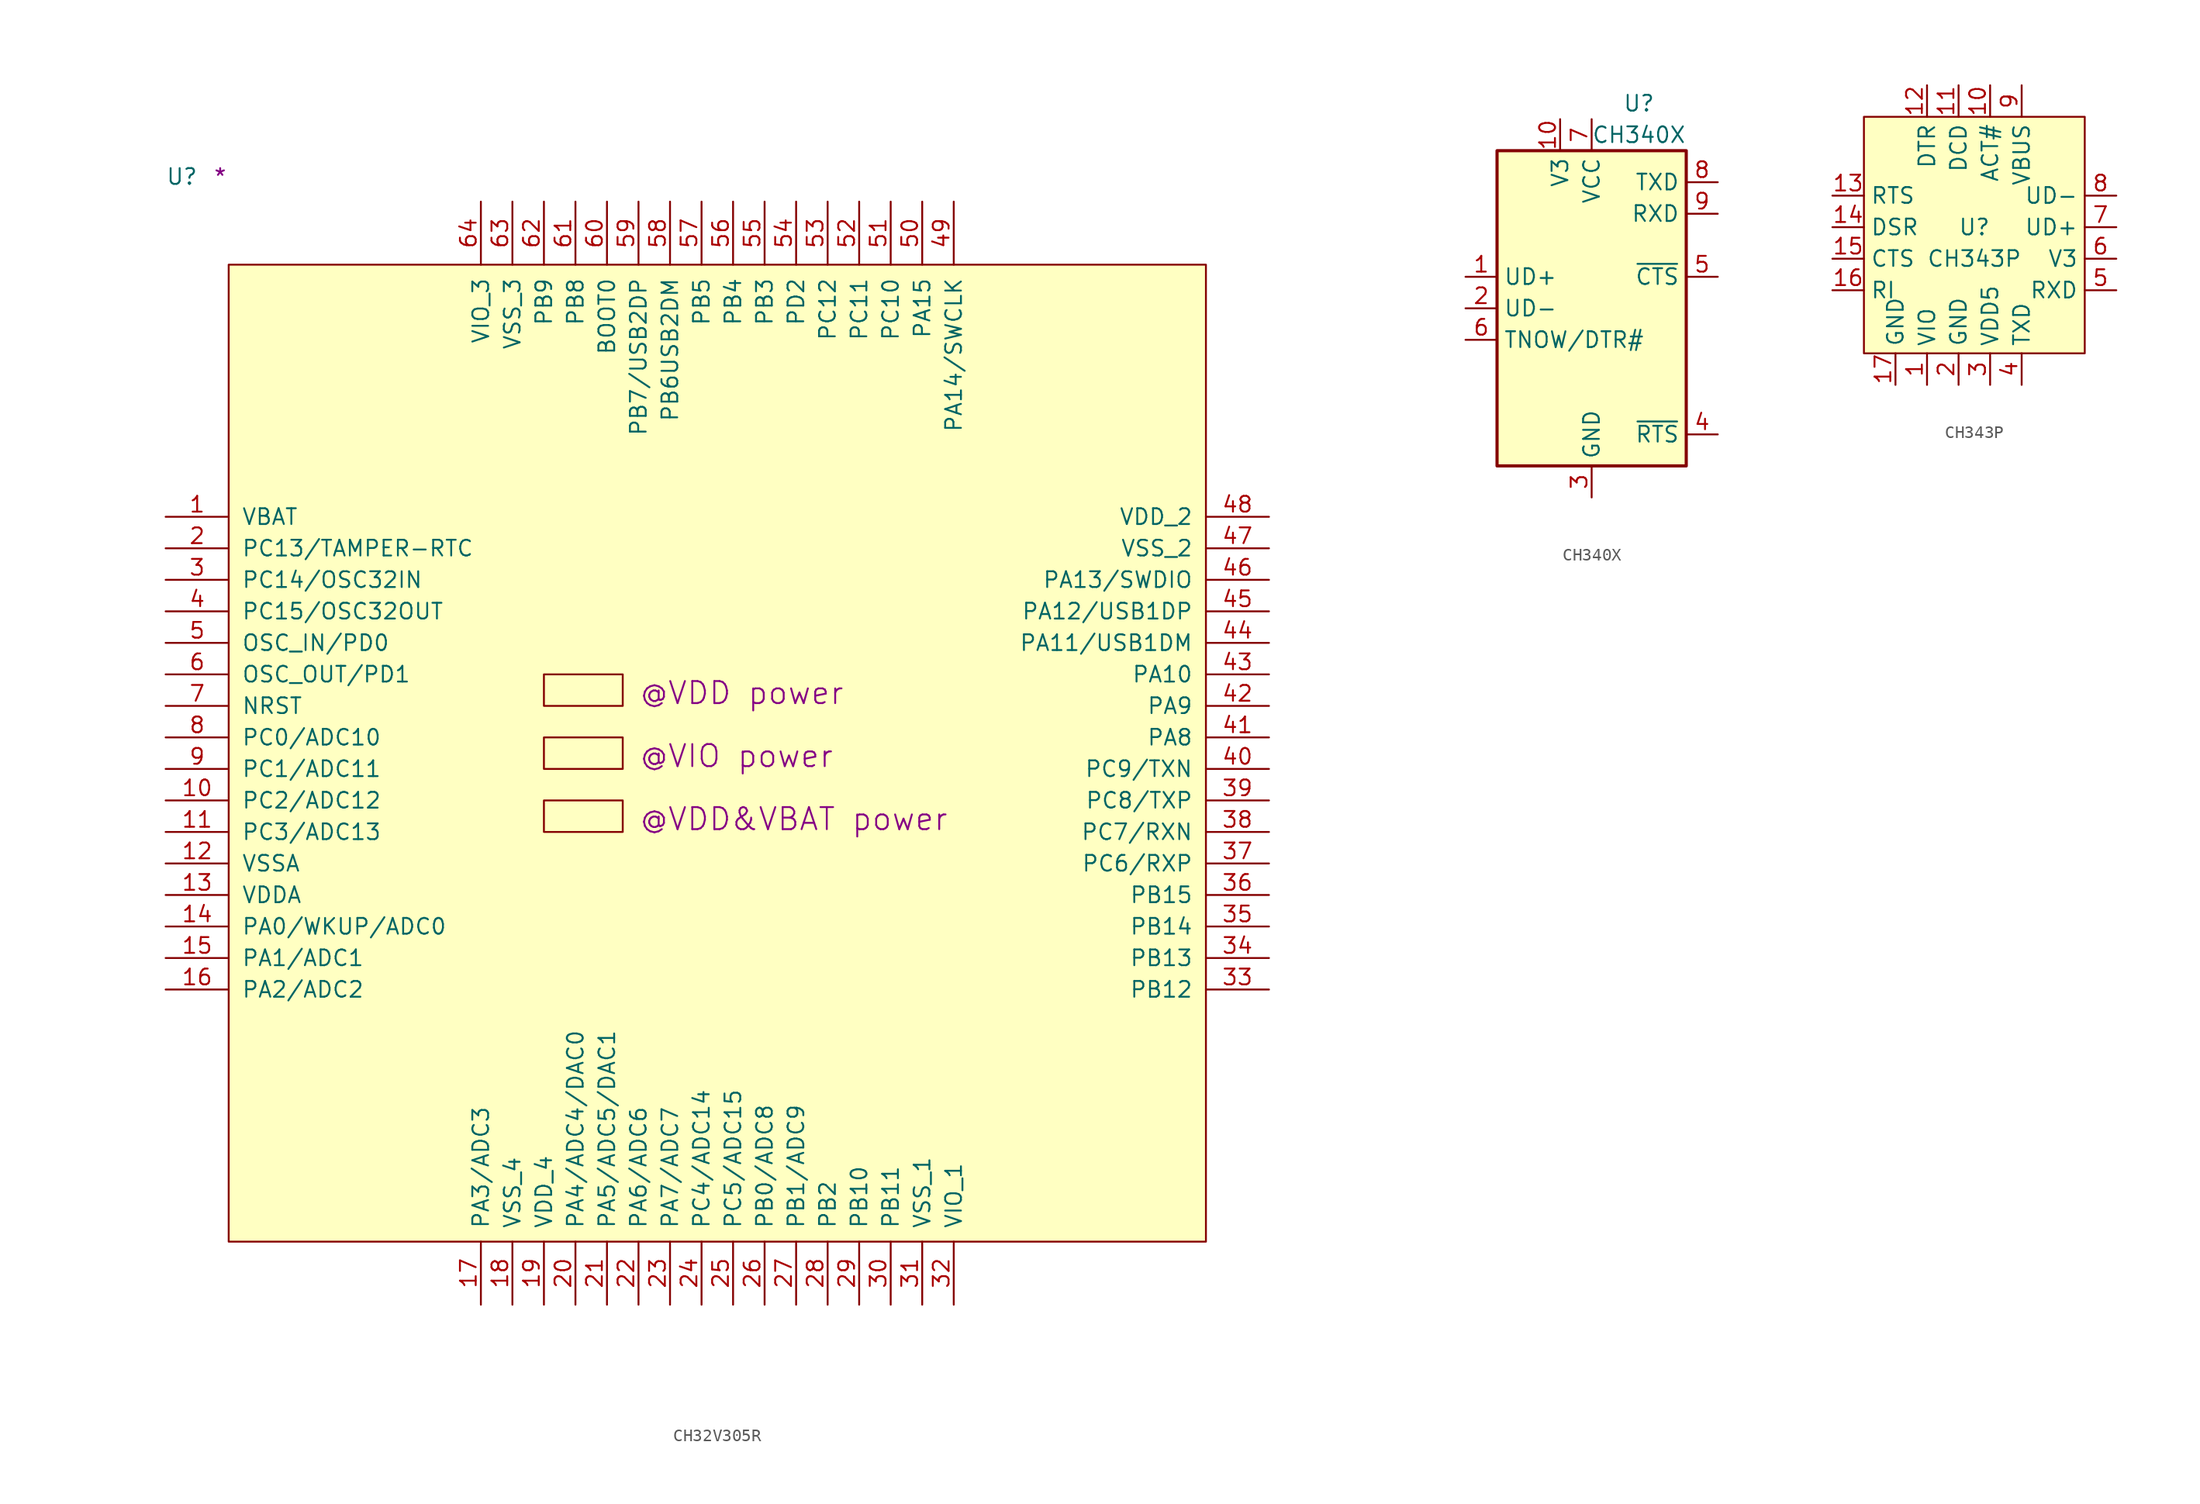
<source format=kicad_sym>
(kicad_symbol_lib
  (version 20211014)
  (generator kicad_symbol_editor)
  (symbol "CH32V305R"
    (pin_names
      (offset 1.016))
    (property "Reference" "U"
      (at -5.08 6.35 0)
      (effects (font (size 1.27 1.27)) (justify left bottom)))
    (property "user" "@VDD power"
      (at 33.02 -35.56 0)
      (effects (font (size 1.778 1.778)) (justify left bottom)))
    (property "user_1" "@VIO power"
      (at 33.02 -40.64 0)
      (effects (font (size 1.778 1.778)) (justify left bottom)))
    (property "user_2" "@VDD&VBAT power"
      (at 33.02 -45.72 0)
      (effects (font (size 1.778 1.778)) (justify left bottom)))
    (property "Comment" "*"
      (at -1.27 6.35 0)
      (effects (font (size 1.27 1.27)) (justify left bottom)))
    (symbol "CH32V305R_1_1"
      (rectangle (start 0 -78.74) (end 78.74 0) (stroke (width 0) (type default) (color 0 0 0 0)) (fill (type background)))
      (rectangle (start 25.4 -45.72) (end 31.75 -43.18) (stroke (width 0) (type default) (color 0 0 0 0)) (fill (type background)))
      (rectangle (start 25.4 -40.64) (end 31.75 -38.1) (stroke (width 0) (type default) (color 0 0 0 0)) (fill (type background)))
      (rectangle (start 25.4 -35.56) (end 31.75 -33.02) (stroke (width 0) (type default) (color 0 0 0 0)) (fill (type background)))
      (pin power_in line (at -5.08 -20.32 0) (length 5.08) (name "VBAT" (effects (font (size 1.27 1.27)))) (number "1" (effects (font (size 1.27 1.27)))))
      (pin bidirectional line (at -5.08 -43.18 0) (length 5.08) (name "PC2/ADC12" (effects (font (size 1.27 1.27)))) (number "10" (effects (font (size 1.27 1.27)))))
      (pin bidirectional line (at -5.08 -45.72 0) (length 5.08) (name "PC3/ADC13" (effects (font (size 1.27 1.27)))) (number "11" (effects (font (size 1.27 1.27)))))
      (pin power_in line (at -5.08 -48.26 0) (length 5.08) (name "VSSA" (effects (font (size 1.27 1.27)))) (number "12" (effects (font (size 1.27 1.27)))))
      (pin power_in line (at -5.08 -50.8 0) (length 5.08) (name "VDDA" (effects (font (size 1.27 1.27)))) (number "13" (effects (font (size 1.27 1.27)))))
      (pin bidirectional line (at -5.08 -53.34 0) (length 5.08) (name "PA0/WKUP/ADC0" (effects (font (size 1.27 1.27)))) (number "14" (effects (font (size 1.27 1.27)))))
      (pin bidirectional line (at -5.08 -55.88 0) (length 5.08) (name "PA1/ADC1" (effects (font (size 1.27 1.27)))) (number "15" (effects (font (size 1.27 1.27)))))
      (pin bidirectional line (at -5.08 -58.42 0) (length 5.08) (name "PA2/ADC2" (effects (font (size 1.27 1.27)))) (number "16" (effects (font (size 1.27 1.27)))))
      (pin bidirectional line (at 20.32 -83.82 90) (length 5.08) (name "PA3/ADC3" (effects (font (size 1.27 1.27)))) (number "17" (effects (font (size 1.27 1.27)))))
      (pin power_in line (at 22.86 -83.82 90) (length 5.08) (name "VSS_4" (effects (font (size 1.27 1.27)))) (number "18" (effects (font (size 1.27 1.27)))))
      (pin power_in line (at 25.4 -83.82 90) (length 5.08) (name "VDD_4" (effects (font (size 1.27 1.27)))) (number "19" (effects (font (size 1.27 1.27)))))
      (pin bidirectional line (at -5.08 -22.86 0) (length 5.08) (name "PC13/TAMPER-RTC" (effects (font (size 1.27 1.27)))) (number "2" (effects (font (size 1.27 1.27)))))
      (pin bidirectional line (at 27.94 -83.82 90) (length 5.08) (name "PA4/ADC4/DAC0" (effects (font (size 1.27 1.27)))) (number "20" (effects (font (size 1.27 1.27)))))
      (pin bidirectional line (at 30.48 -83.82 90) (length 5.08) (name "PA5/ADC5/DAC1" (effects (font (size 1.27 1.27)))) (number "21" (effects (font (size 1.27 1.27)))))
      (pin bidirectional line (at 33.02 -83.82 90) (length 5.08) (name "PA6/ADC6" (effects (font (size 1.27 1.27)))) (number "22" (effects (font (size 1.27 1.27)))))
      (pin bidirectional line (at 35.56 -83.82 90) (length 5.08) (name "PA7/ADC7" (effects (font (size 1.27 1.27)))) (number "23" (effects (font (size 1.27 1.27)))))
      (pin bidirectional line (at 38.1 -83.82 90) (length 5.08) (name "PC4/ADC14" (effects (font (size 1.27 1.27)))) (number "24" (effects (font (size 1.27 1.27)))))
      (pin bidirectional line (at 40.64 -83.82 90) (length 5.08) (name "PC5/ADC15" (effects (font (size 1.27 1.27)))) (number "25" (effects (font (size 1.27 1.27)))))
      (pin bidirectional line (at 43.18 -83.82 90) (length 5.08) (name "PB0/ADC8" (effects (font (size 1.27 1.27)))) (number "26" (effects (font (size 1.27 1.27)))))
      (pin bidirectional line (at 45.72 -83.82 90) (length 5.08) (name "PB1/ADC9" (effects (font (size 1.27 1.27)))) (number "27" (effects (font (size 1.27 1.27)))))
      (pin bidirectional line (at 48.26 -83.82 90) (length 5.08) (name "PB2" (effects (font (size 1.27 1.27)))) (number "28" (effects (font (size 1.27 1.27)))))
      (pin bidirectional line (at 50.8 -83.82 90) (length 5.08) (name "PB10" (effects (font (size 1.27 1.27)))) (number "29" (effects (font (size 1.27 1.27)))))
      (pin bidirectional line (at -5.08 -25.4 0) (length 5.08) (name "PC14/OSC32IN" (effects (font (size 1.27 1.27)))) (number "3" (effects (font (size 1.27 1.27)))))
      (pin bidirectional line (at 53.34 -83.82 90) (length 5.08) (name "PB11" (effects (font (size 1.27 1.27)))) (number "30" (effects (font (size 1.27 1.27)))))
      (pin power_in line (at 55.88 -83.82 90) (length 5.08) (name "VSS_1" (effects (font (size 1.27 1.27)))) (number "31" (effects (font (size 1.27 1.27)))))
      (pin power_in line (at 58.42 -83.82 90) (length 5.08) (name "VIO_1" (effects (font (size 1.27 1.27)))) (number "32" (effects (font (size 1.27 1.27)))))
      (pin bidirectional line (at 83.82 -58.42 180) (length 5.08) (name "PB12" (effects (font (size 1.27 1.27)))) (number "33" (effects (font (size 1.27 1.27)))))
      (pin bidirectional line (at 83.82 -55.88 180) (length 5.08) (name "PB13" (effects (font (size 1.27 1.27)))) (number "34" (effects (font (size 1.27 1.27)))))
      (pin bidirectional line (at 83.82 -53.34 180) (length 5.08) (name "PB14" (effects (font (size 1.27 1.27)))) (number "35" (effects (font (size 1.27 1.27)))))
      (pin bidirectional line (at 83.82 -50.8 180) (length 5.08) (name "PB15" (effects (font (size 1.27 1.27)))) (number "36" (effects (font (size 1.27 1.27)))))
      (pin bidirectional line (at 83.82 -48.26 180) (length 5.08) (name "PC6/RXP" (effects (font (size 1.27 1.27)))) (number "37" (effects (font (size 1.27 1.27)))))
      (pin bidirectional line (at 83.82 -45.72 180) (length 5.08) (name "PC7/RXN" (effects (font (size 1.27 1.27)))) (number "38" (effects (font (size 1.27 1.27)))))
      (pin bidirectional line (at 83.82 -43.18 180) (length 5.08) (name "PC8/TXP" (effects (font (size 1.27 1.27)))) (number "39" (effects (font (size 1.27 1.27)))))
      (pin bidirectional line (at -5.08 -27.94 0) (length 5.08) (name "PC15/OSC32OUT" (effects (font (size 1.27 1.27)))) (number "4" (effects (font (size 1.27 1.27)))))
      (pin bidirectional line (at 83.82 -40.64 180) (length 5.08) (name "PC9/TXN" (effects (font (size 1.27 1.27)))) (number "40" (effects (font (size 1.27 1.27)))))
      (pin bidirectional line (at 83.82 -38.1 180) (length 5.08) (name "PA8" (effects (font (size 1.27 1.27)))) (number "41" (effects (font (size 1.27 1.27)))))
      (pin bidirectional line (at 83.82 -35.56 180) (length 5.08) (name "PA9" (effects (font (size 1.27 1.27)))) (number "42" (effects (font (size 1.27 1.27)))))
      (pin bidirectional line (at 83.82 -33.02 180) (length 5.08) (name "PA10" (effects (font (size 1.27 1.27)))) (number "43" (effects (font (size 1.27 1.27)))))
      (pin bidirectional line (at 83.82 -30.48 180) (length 5.08) (name "PA11/USB1DM" (effects (font (size 1.27 1.27)))) (number "44" (effects (font (size 1.27 1.27)))))
      (pin bidirectional line (at 83.82 -27.94 180) (length 5.08) (name "PA12/USB1DP" (effects (font (size 1.27 1.27)))) (number "45" (effects (font (size 1.27 1.27)))))
      (pin bidirectional line (at 83.82 -25.4 180) (length 5.08) (name "PA13/SWDIO" (effects (font (size 1.27 1.27)))) (number "46" (effects (font (size 1.27 1.27)))))
      (pin power_in line (at 83.82 -22.86 180) (length 5.08) (name "VSS_2" (effects (font (size 1.27 1.27)))) (number "47" (effects (font (size 1.27 1.27)))))
      (pin power_in line (at 83.82 -20.32 180) (length 5.08) (name "VDD_2" (effects (font (size 1.27 1.27)))) (number "48" (effects (font (size 1.27 1.27)))))
      (pin bidirectional line (at 58.42 5.08 270) (length 5.08) (name "PA14/SWCLK" (effects (font (size 1.27 1.27)))) (number "49" (effects (font (size 1.27 1.27)))))
      (pin input line (at -5.08 -30.48 0) (length 5.08) (name "OSC_IN/PD0" (effects (font (size 1.27 1.27)))) (number "5" (effects (font (size 1.27 1.27)))))
      (pin bidirectional line (at 55.88 5.08 270) (length 5.08) (name "PA15" (effects (font (size 1.27 1.27)))) (number "50" (effects (font (size 1.27 1.27)))))
      (pin bidirectional line (at 53.34 5.08 270) (length 5.08) (name "PC10" (effects (font (size 1.27 1.27)))) (number "51" (effects (font (size 1.27 1.27)))))
      (pin bidirectional line (at 50.8 5.08 270) (length 5.08) (name "PC11" (effects (font (size 1.27 1.27)))) (number "52" (effects (font (size 1.27 1.27)))))
      (pin bidirectional line (at 48.26 5.08 270) (length 5.08) (name "PC12" (effects (font (size 1.27 1.27)))) (number "53" (effects (font (size 1.27 1.27)))))
      (pin bidirectional line (at 45.72 5.08 270) (length 5.08) (name "PD2" (effects (font (size 1.27 1.27)))) (number "54" (effects (font (size 1.27 1.27)))))
      (pin bidirectional line (at 43.18 5.08 270) (length 5.08) (name "PB3" (effects (font (size 1.27 1.27)))) (number "55" (effects (font (size 1.27 1.27)))))
      (pin bidirectional line (at 40.64 5.08 270) (length 5.08) (name "PB4" (effects (font (size 1.27 1.27)))) (number "56" (effects (font (size 1.27 1.27)))))
      (pin bidirectional line (at 38.1 5.08 270) (length 5.08) (name "PB5" (effects (font (size 1.27 1.27)))) (number "57" (effects (font (size 1.27 1.27)))))
      (pin bidirectional line (at 35.56 5.08 270) (length 5.08) (name "PB6USB2DM" (effects (font (size 1.27 1.27)))) (number "58" (effects (font (size 1.27 1.27)))))
      (pin bidirectional line (at 33.02 5.08 270) (length 5.08) (name "PB7/USB2DP" (effects (font (size 1.27 1.27)))) (number "59" (effects (font (size 1.27 1.27)))))
      (pin output line (at -5.08 -33.02 0) (length 5.08) (name "OSC_OUT/PD1" (effects (font (size 1.27 1.27)))) (number "6" (effects (font (size 1.27 1.27)))))
      (pin input line (at 30.48 5.08 270) (length 5.08) (name "BOOT0" (effects (font (size 1.27 1.27)))) (number "60" (effects (font (size 1.27 1.27)))))
      (pin bidirectional line (at 27.94 5.08 270) (length 5.08) (name "PB8" (effects (font (size 1.27 1.27)))) (number "61" (effects (font (size 1.27 1.27)))))
      (pin bidirectional line (at 25.4 5.08 270) (length 5.08) (name "PB9" (effects (font (size 1.27 1.27)))) (number "62" (effects (font (size 1.27 1.27)))))
      (pin power_in line (at 22.86 5.08 270) (length 5.08) (name "VSS_3" (effects (font (size 1.27 1.27)))) (number "63" (effects (font (size 1.27 1.27)))))
      (pin power_in line (at 20.32 5.08 270) (length 5.08) (name "VIO_3" (effects (font (size 1.27 1.27)))) (number "64" (effects (font (size 1.27 1.27)))))
      (pin bidirectional line (at -5.08 -35.56 0) (length 5.08) (name "NRST" (effects (font (size 1.27 1.27)))) (number "7" (effects (font (size 1.27 1.27)))))
      (pin bidirectional line (at -5.08 -38.1 0) (length 5.08) (name "PC0/ADC10" (effects (font (size 1.27 1.27)))) (number "8" (effects (font (size 1.27 1.27)))))
      (pin bidirectional line (at -5.08 -40.64 0) (length 5.08) (name "PC1/ADC11" (effects (font (size 1.27 1.27)))) (number "9" (effects (font (size 1.27 1.27)))))))
  (symbol "CH340X"
    (property "Reference" "U"
      (at 3.81 16.51 0)
      (effects (font (size 1.27 1.27))))
    (property "Value" "CH340X"
      (at 3.81 13.97 0)
      (effects (font (size 1.27 1.27))))
    (symbol "CH340X_0_1"
      (rectangle (start -7.62 12.7) (end 7.62 -12.7) (stroke (width 0.254) (type default) (color 0 0 0 0)) (fill (type background))))
    (symbol "CH340X_1_1"
      (pin bidirectional line (at -10.16 2.54 0) (length 2.54) (name "UD+" (effects (font (size 1.27 1.27)))) (number "1" (effects (font (size 1.27 1.27)))))
      (pin passive line (at -2.54 15.24 270) (length 2.54) (name "V3" (effects (font (size 1.27 1.27)))) (number "10" (effects (font (size 1.27 1.27)))))
      (pin bidirectional line (at -10.16 0 0) (length 2.54) (name "UD-" (effects (font (size 1.27 1.27)))) (number "2" (effects (font (size 1.27 1.27)))))
      (pin power_in line (at 0 -15.24 90) (length 2.54) (name "GND" (effects (font (size 1.27 1.27)))) (number "3" (effects (font (size 1.27 1.27)))))
      (pin output line (at 10.16 -10.16 180) (length 2.54) (name "~{RTS}" (effects (font (size 1.27 1.27)))) (number "4" (effects (font (size 1.27 1.27)))))
      (pin input line (at 10.16 2.54 180) (length 2.54) (name "~{CTS}" (effects (font (size 1.27 1.27)))) (number "5" (effects (font (size 1.27 1.27)))))
      (pin output line (at -10.16 -2.54 0) (length 2.54) (name "TNOW/DTR#" (effects (font (size 1.27 1.27)))) (number "6" (effects (font (size 1.27 1.27)))))
      (pin power_in line (at 0 15.24 270) (length 2.54) (name "VCC" (effects (font (size 1.27 1.27)))) (number "7" (effects (font (size 1.27 1.27)))))
      (pin output line (at 10.16 10.16 180) (length 2.54) (name "TXD" (effects (font (size 1.27 1.27)))) (number "8" (effects (font (size 1.27 1.27)))))
      (pin input line (at 10.16 7.62 180) (length 2.54) (name "RXD" (effects (font (size 1.27 1.27)))) (number "9" (effects (font (size 1.27 1.27)))))))
  (symbol "CH343P"
    (property "Reference" "U"
      (at 0 1.27 0)
      (effects (font (size 1.27 1.27))))
    (property "Value" "CH343P"
      (at 0 -1.27 0)
      (effects (font (size 1.27 1.27))))
    (symbol "CH343P_0_1"
      (rectangle (start -8.89 10.16) (end 8.89 -8.89) (stroke (width 0) (type default) (color 0 0 0 0)) (fill (type background))))
    (symbol "CH343P_1_1"
      (pin power_in line (at -3.81 -11.43 90) (length 2.54) (name "VIO" (effects (font (size 1.27 1.27)))) (number "1" (effects (font (size 1.27 1.27)))))
      (pin bidirectional line (at 1.27 12.7 270) (length 2.54) (name "ACT#" (effects (font (size 1.27 1.27)))) (number "10" (effects (font (size 1.27 1.27)))))
      (pin bidirectional line (at -1.27 12.7 270) (length 2.54) (name "DCD" (effects (font (size 1.27 1.27)))) (number "11" (effects (font (size 1.27 1.27)))))
      (pin bidirectional line (at -3.81 12.7 270) (length 2.54) (name "DTR" (effects (font (size 1.27 1.27)))) (number "12" (effects (font (size 1.27 1.27)))))
      (pin bidirectional line (at -11.43 3.81 0) (length 2.54) (name "RTS" (effects (font (size 1.27 1.27)))) (number "13" (effects (font (size 1.27 1.27)))))
      (pin bidirectional line (at -11.43 1.27 0) (length 2.54) (name "DSR" (effects (font (size 1.27 1.27)))) (number "14" (effects (font (size 1.27 1.27)))))
      (pin bidirectional line (at -11.43 -1.27 0) (length 2.54) (name "CTS" (effects (font (size 1.27 1.27)))) (number "15" (effects (font (size 1.27 1.27)))))
      (pin bidirectional line (at -11.43 -3.81 0) (length 2.54) (name "RI" (effects (font (size 1.27 1.27)))) (number "16" (effects (font (size 1.27 1.27)))))
      (pin bidirectional line (at -6.35 -11.43 90) (length 2.54) (name "GND" (effects (font (size 1.27 1.27)))) (number "17" (effects (font (size 1.27 1.27)))))
      (pin power_in line (at -1.27 -11.43 90) (length 2.54) (name "GND" (effects (font (size 1.27 1.27)))) (number "2" (effects (font (size 1.27 1.27)))))
      (pin power_in line (at 1.27 -11.43 90) (length 2.54) (name "VDD5" (effects (font (size 1.27 1.27)))) (number "3" (effects (font (size 1.27 1.27)))))
      (pin bidirectional line (at 3.81 -11.43 90) (length 2.54) (name "TXD" (effects (font (size 1.27 1.27)))) (number "4" (effects (font (size 1.27 1.27)))))
      (pin bidirectional line (at 11.43 -3.81 180) (length 2.54) (name "RXD" (effects (font (size 1.27 1.27)))) (number "5" (effects (font (size 1.27 1.27)))))
      (pin power_in line (at 11.43 -1.27 180) (length 2.54) (name "V3" (effects (font (size 1.27 1.27)))) (number "6" (effects (font (size 1.27 1.27)))))
      (pin bidirectional line (at 11.43 1.27 180) (length 2.54) (name "UD+" (effects (font (size 1.27 1.27)))) (number "7" (effects (font (size 1.27 1.27)))))
      (pin bidirectional line (at 11.43 3.81 180) (length 2.54) (name "UD-" (effects (font (size 1.27 1.27)))) (number "8" (effects (font (size 1.27 1.27)))))
      (pin power_in line (at 3.81 12.7 270) (length 2.54) (name "VBUS" (effects (font (size 1.27 1.27)))) (number "9" (effects (font (size 1.27 1.27))))))))
</source>
